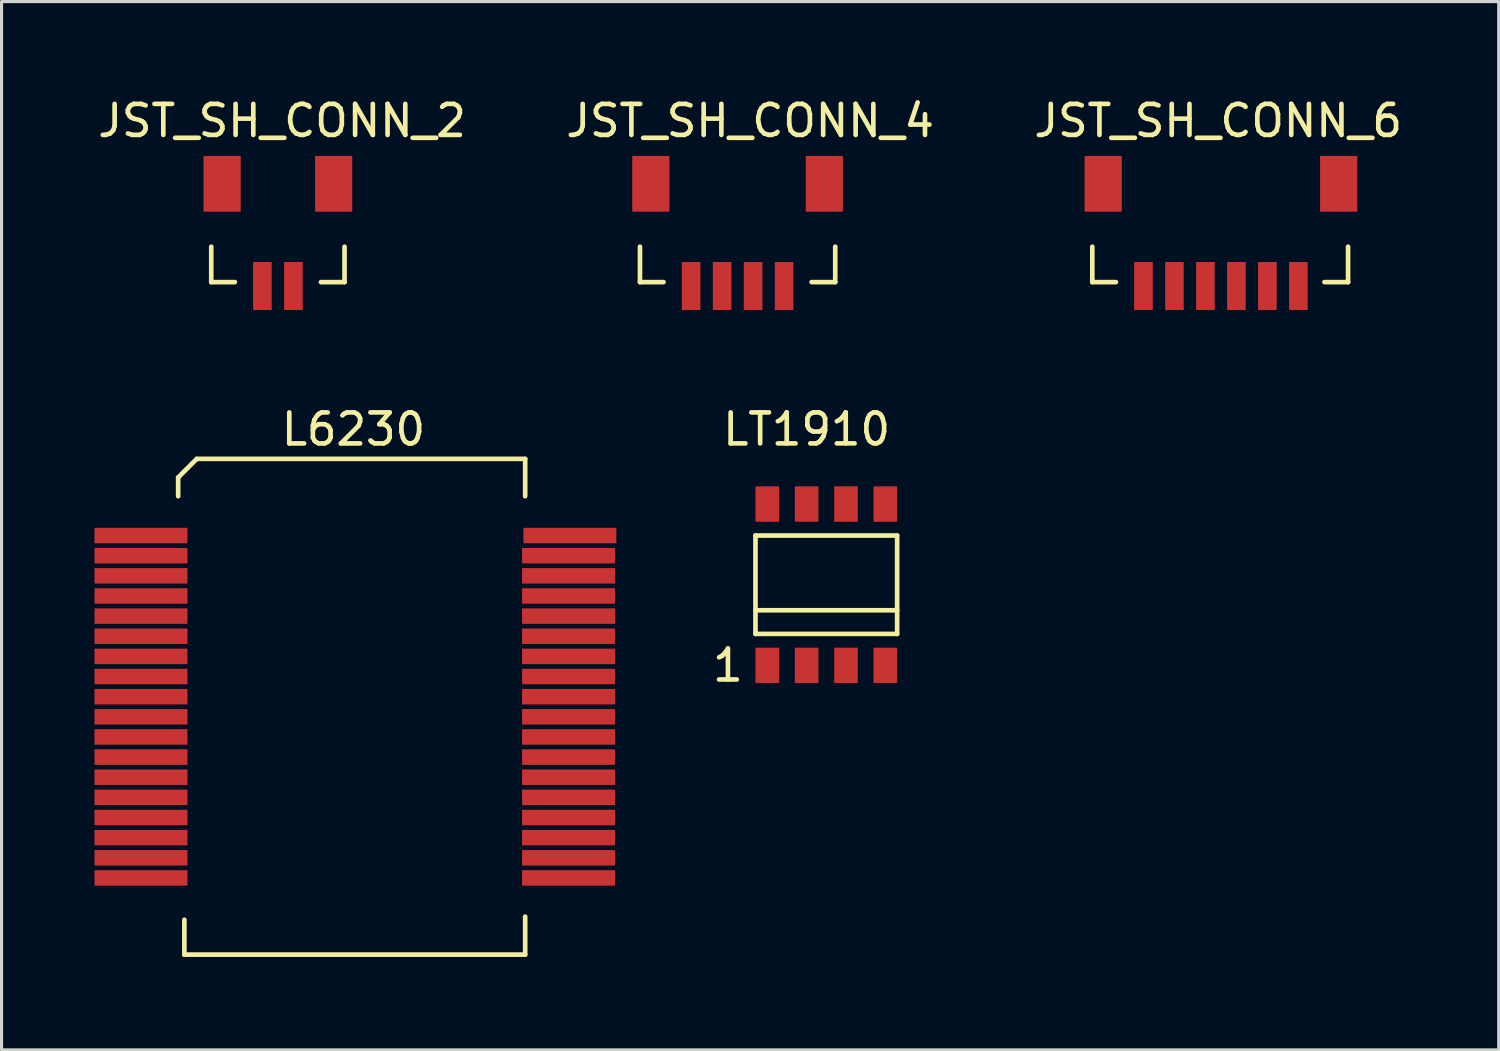
<source format=kicad_pcb>
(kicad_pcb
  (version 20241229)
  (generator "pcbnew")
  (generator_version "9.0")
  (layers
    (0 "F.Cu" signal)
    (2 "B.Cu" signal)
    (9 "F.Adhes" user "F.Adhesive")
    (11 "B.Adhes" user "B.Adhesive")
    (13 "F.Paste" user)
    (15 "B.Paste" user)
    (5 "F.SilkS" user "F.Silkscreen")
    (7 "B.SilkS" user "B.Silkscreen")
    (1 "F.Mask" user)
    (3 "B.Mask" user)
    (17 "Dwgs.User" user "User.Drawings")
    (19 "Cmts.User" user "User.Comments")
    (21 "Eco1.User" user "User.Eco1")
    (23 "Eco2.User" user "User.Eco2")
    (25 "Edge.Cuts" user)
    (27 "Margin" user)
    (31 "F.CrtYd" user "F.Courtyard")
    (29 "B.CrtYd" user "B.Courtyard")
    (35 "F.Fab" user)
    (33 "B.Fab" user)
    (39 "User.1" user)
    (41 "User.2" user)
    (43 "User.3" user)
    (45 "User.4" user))
  (footprint "LT1910"
    (layer "F.Cu")
    (at 21.714 18.425)
    (property "Reference" "LT1910" (at 1.27 -7.62 0) (layer "F.SilkS") (effects (font (size 1 1) (thickness 0.15))))
    (attr through_hole)
    (fp_line (start -0.381 -4.191) (end 4.191 -4.191) (stroke (width 0.15) (type solid)) (layer "F.SilkS"))
    (fp_line (start -0.381 -1.016) (end -0.381 -4.191) (stroke (width 0.15) (type solid)) (layer "F.SilkS"))
    (fp_line (start 4.191 -4.191) (end 4.191 -1.016) (stroke (width 0.15) (type solid)) (layer "F.SilkS"))
    (fp_line (start 4.191 -1.778) (end -0.381 -1.778) (stroke (width 0.15) (type solid)) (layer "F.SilkS"))
    (fp_line (start 4.191 -1.016) (end -0.381 -1.016) (stroke (width 0.15) (type solid)) (layer "F.SilkS"))
    (fp_text user "1" (at -1.27 0 0) (layer "F.SilkS") (effects (font (size 1 1) (thickness 0.15))))
    (pad "1" smd rect (at 0 0) (size 0.762 1.143) (layers "F.Cu" "F.Mask" "F.Paste"))
    (pad "2" smd rect (at 1.27 0) (size 0.762 1.143) (layers "F.Cu" "F.Mask" "F.Paste"))
    (pad "3" smd rect (at 2.54 0) (size 0.762 1.143) (layers "F.Cu" "F.Mask" "F.Paste"))
    (pad "4" smd rect (at 3.81 0) (size 0.762 1.143) (layers "F.Cu" "F.Mask" "F.Paste"))
    (pad "5" smd rect (at 3.81 -5.207) (size 0.762 1.143) (layers "F.Cu" "F.Mask" "F.Paste"))
    (pad "6" smd rect (at 2.54 -5.207) (size 0.762 1.143) (layers "F.Cu" "F.Mask" "F.Paste"))
    (pad "7" smd rect (at 1.27 -5.207) (size 0.762 1.143) (layers "F.Cu" "F.Mask" "F.Paste"))
    (pad "8" smd rect (at 0 -5.207) (size 0.762 1.143) (layers "F.Cu" "F.Mask" "F.Paste")))
  (footprint "JST_SH_CONN_6"
    (layer "F.Cu")
    (at 33.855 6.182)
    (property "Reference" "JST_SH_CONN_6" (at 2.413 -5.334 0) (layer "F.SilkS") (effects (font (size 1 1) (thickness 0.15))))
    (attr through_hole)
    (fp_line (start -1.651 -1.27) (end -1.651 -0.127) (stroke (width 0.15) (type solid)) (layer "F.SilkS"))
    (fp_line (start -1.651 -0.127) (end -0.889 -0.127) (stroke (width 0.15) (type solid)) (layer "F.SilkS"))
    (fp_line (start 6.604 -1.27) (end 6.604 -0.127) (stroke (width 0.15) (type solid)) (layer "F.SilkS"))
    (fp_line (start 6.604 -0.127) (end 5.842 -0.127) (stroke (width 0.15) (type solid)) (layer "F.SilkS"))
    (pad "" smd rect (at -1.3 -3.3) (size 1.2 1.8) (layers "F.Cu" "F.Mask" "F.Paste"))
    (pad "" smd rect (at 6.3 -3.3) (size 1.2 1.8) (layers "F.Cu" "F.Mask" "F.Paste"))
    (pad "1" smd rect (at 0 0) (size 0.6 1.55) (layers "F.Cu" "F.Mask" "F.Paste"))
    (pad "2" smd rect (at 1 0) (size 0.6 1.55) (layers "F.Cu" "F.Mask" "F.Paste"))
    (pad "3" smd rect (at 2 0) (size 0.6 1.55) (layers "F.Cu" "F.Mask" "F.Paste"))
    (pad "4" smd rect (at 3 0) (size 0.6 1.55) (layers "F.Cu" "F.Mask" "F.Paste"))
    (pad "5" smd rect (at 4 0) (size 0.6 1.55) (layers "F.Cu" "F.Mask" "F.Paste"))
    (pad "6" smd rect (at 5 0) (size 0.6 1.55) (layers "F.Cu" "F.Mask" "F.Paste")))
  (footprint "L6230"
    (layer "F.Cu")
    (at 1.5 14.235)
    (property "Reference" "L6230" (at 6.858 -3.429 0) (layer "F.SilkS") (effects (font (size 1 1) (thickness 0.15))))
    (attr through_hole)
    (fp_line (start 1.2 -1.875) (end 1.2 -1.27) (stroke (width 0.15) (type solid)) (layer "F.SilkS"))
    (fp_line (start 1.4 13.525) (end 1.4 12.4) (stroke (width 0.15) (type solid)) (layer "F.SilkS"))
    (fp_line (start 1.4 13.525) (end 12.4 13.525) (stroke (width 0.15) (type solid)) (layer "F.SilkS"))
    (fp_line (start 1.8 -2.475) (end 1.2 -1.875) (stroke (width 0.15) (type solid)) (layer "F.SilkS"))
    (fp_line (start 1.8 -2.475) (end 12.4 -2.475) (stroke (width 0.15) (type solid)) (layer "F.SilkS"))
    (fp_line (start 12.4 -2.475) (end 12.4 -1.27) (stroke (width 0.15) (type solid)) (layer "F.SilkS"))
    (fp_line (start 12.4 13.525) (end 12.4 12.3) (stroke (width 0.15) (type solid)) (layer "F.SilkS"))
    (pad "1" smd rect (at 0 0) (size 3 0.5) (layers "F.Cu" "F.Mask" "F.Paste"))
    (pad "2" smd rect (at 0 0.65) (size 3 0.5) (layers "F.Cu" "F.Mask" "F.Paste"))
    (pad "3" smd rect (at 0 1.3) (size 3 0.5) (layers "F.Cu" "F.Mask" "F.Paste"))
    (pad "4" smd rect (at 0 1.95) (size 3 0.5) (layers "F.Cu" "F.Mask" "F.Paste"))
    (pad "5" smd rect (at 0 2.6) (size 3 0.5) (layers "F.Cu" "F.Mask" "F.Paste"))
    (pad "6" smd rect (at 0 3.25) (size 3 0.5) (layers "F.Cu" "F.Mask" "F.Paste"))
    (pad "7" smd rect (at 0 3.9) (size 3 0.5) (layers "F.Cu" "F.Mask" "F.Paste"))
    (pad "8" smd rect (at 0 4.55) (size 3 0.5) (layers "F.Cu" "F.Mask" "F.Paste"))
    (pad "9" smd rect (at 0 5.2) (size 3 0.5) (layers "F.Cu" "F.Mask" "F.Paste"))
    (pad "10" smd rect (at 0 5.85) (size 3 0.5) (layers "F.Cu" "F.Mask" "F.Paste"))
    (pad "11" smd rect (at 0 6.5) (size 3 0.5) (layers "F.Cu" "F.Mask" "F.Paste"))
    (pad "12" smd rect (at 0 7.15) (size 3 0.5) (layers "F.Cu" "F.Mask" "F.Paste"))
    (pad "13" smd rect (at 0 7.8) (size 3 0.5) (layers "F.Cu" "F.Mask" "F.Paste"))
    (pad "14" smd rect (at 0 8.45) (size 3 0.5) (layers "F.Cu" "F.Mask" "F.Paste"))
    (pad "15" smd rect (at 0 9.1) (size 3 0.5) (layers "F.Cu" "F.Mask" "F.Paste"))
    (pad "16" smd rect (at 0 9.75) (size 3 0.5) (layers "F.Cu" "F.Mask" "F.Paste"))
    (pad "17" smd rect (at 0 10.4) (size 3 0.5) (layers "F.Cu" "F.Mask" "F.Paste"))
    (pad "18" smd rect (at 0 11.05) (size 3 0.5) (layers "F.Cu" "F.Mask" "F.Paste"))
    (pad "19" smd rect (at 13.8 11.05) (size 3 0.5) (layers "F.Cu" "F.Mask" "F.Paste"))
    (pad "20" smd rect (at 13.8 10.4) (size 3 0.5) (layers "F.Cu" "F.Mask" "F.Paste"))
    (pad "21" smd rect (at 13.8 9.75) (size 3 0.5) (layers "F.Cu" "F.Mask" "F.Paste"))
    (pad "22" smd rect (at 13.8 9.1) (size 3 0.5) (layers "F.Cu" "F.Mask" "F.Paste"))
    (pad "23" smd rect (at 13.8 8.45) (size 3 0.5) (layers "F.Cu" "F.Mask" "F.Paste"))
    (pad "24" smd rect (at 13.8 7.8) (size 3 0.5) (layers "F.Cu" "F.Mask" "F.Paste"))
    (pad "25" smd rect (at 13.8 7.15) (size 3 0.5) (layers "F.Cu" "F.Mask" "F.Paste"))
    (pad "26" smd rect (at 13.8 6.5) (size 3 0.5) (layers "F.Cu" "F.Mask" "F.Paste"))
    (pad "27" smd rect (at 13.8 5.85) (size 3 0.5) (layers "F.Cu" "F.Mask" "F.Paste"))
    (pad "28" smd rect (at 13.8 5.2) (size 3 0.5) (layers "F.Cu" "F.Mask" "F.Paste"))
    (pad "29" smd rect (at 13.8 4.55) (size 3 0.5) (layers "F.Cu" "F.Mask" "F.Paste"))
    (pad "30" smd rect (at 13.8 3.9) (size 3 0.5) (layers "F.Cu" "F.Mask" "F.Paste"))
    (pad "31" smd rect (at 13.8 3.25) (size 3 0.5) (layers "F.Cu" "F.Mask" "F.Paste"))
    (pad "32" smd rect (at 13.8 2.6) (size 3 0.5) (layers "F.Cu" "F.Mask" "F.Paste"))
    (pad "33" smd rect (at 13.8 1.95) (size 3 0.5) (layers "F.Cu" "F.Mask" "F.Paste"))
    (pad "34" smd rect (at 13.8 1.3) (size 3 0.5) (layers "F.Cu" "F.Mask" "F.Paste"))
    (pad "35" smd rect (at 13.8 0.65) (size 3 0.5) (layers "F.Cu" "F.Mask" "F.Paste"))
    (pad "36" smd rect (at 13.843 0) (size 3 0.5) (layers "F.Cu" "F.Mask" "F.Paste")))
  (footprint "JST_SH_CONN_2"
    (layer "F.Cu")
    (at 5.419 6.182)
    (property "Reference" "JST_SH_CONN_2" (at 0.635 -5.334 0) (layer "F.SilkS") (effects (font (size 1 1) (thickness 0.15))))
    (attr through_hole)
    (fp_line (start -1.651 -1.27) (end -1.651 -0.127) (stroke (width 0.15) (type solid)) (layer "F.SilkS"))
    (fp_line (start -1.651 -0.127) (end -0.889 -0.127) (stroke (width 0.15) (type solid)) (layer "F.SilkS"))
    (fp_line (start 2.651 -1.27) (end 2.651 -0.127) (stroke (width 0.15) (type solid)) (layer "F.SilkS"))
    (fp_line (start 2.651 -0.127) (end 1.889 -0.127) (stroke (width 0.15) (type solid)) (layer "F.SilkS"))
    (pad "" smd rect (at -1.3 -3.3) (size 1.2 1.8) (layers "F.Cu" "F.Mask" "F.Paste"))
    (pad "" smd rect (at 2.3 -3.3) (size 1.2 1.8) (layers "F.Cu" "F.Mask" "F.Paste"))
    (pad "1" smd rect (at 0 0) (size 0.6 1.55) (layers "F.Cu" "F.Mask" "F.Paste"))
    (pad "2" smd rect (at 1 0) (size 0.6 1.55) (layers "F.Cu" "F.Mask" "F.Paste")))
  (footprint "JST_SH_CONN_4"
    (layer "F.Cu")
    (at 19.256 6.182)
    (property "Reference" "JST_SH_CONN_4" (at 1.905 -5.334 0) (layer "F.SilkS") (effects (font (size 1 1) (thickness 0.15))))
    (attr through_hole)
    (fp_line (start -1.651 -1.27) (end -1.651 -0.127) (stroke (width 0.15) (type solid)) (layer "F.SilkS"))
    (fp_line (start -1.651 -0.127) (end -0.889 -0.127) (stroke (width 0.15) (type solid)) (layer "F.SilkS"))
    (fp_line (start 4.651 -1.27) (end 4.651 -0.127) (stroke (width 0.15) (type solid)) (layer "F.SilkS"))
    (fp_line (start 4.651 -0.127) (end 3.889 -0.127) (stroke (width 0.15) (type solid)) (layer "F.SilkS"))
    (pad "" smd rect (at -1.3 -3.3) (size 1.2 1.8) (layers "F.Cu" "F.Mask" "F.Paste"))
    (pad "" smd rect (at 4.3 -3.3) (size 1.2 1.8) (layers "F.Cu" "F.Mask" "F.Paste"))
    (pad "1" smd rect (at 0 0) (size 0.6 1.55) (layers "F.Cu" "F.Mask" "F.Paste"))
    (pad "2" smd rect (at 1 0) (size 0.6 1.55) (layers "F.Cu" "F.Mask" "F.Paste"))
    (pad "3" smd rect (at 2 0) (size 0.6 1.55) (layers "F.Cu" "F.Mask" "F.Paste"))
    (pad "4" smd rect (at 3 0) (size 0.6 1.55) (layers "F.Cu" "F.Mask" "F.Paste")))
  (gr_rect
    (start -3 -3)
    (end 45.321 30.834)
    (stroke (width 0.1) (type default))
    (fill no)
    (layer "Edge.Cuts")))
</source>
